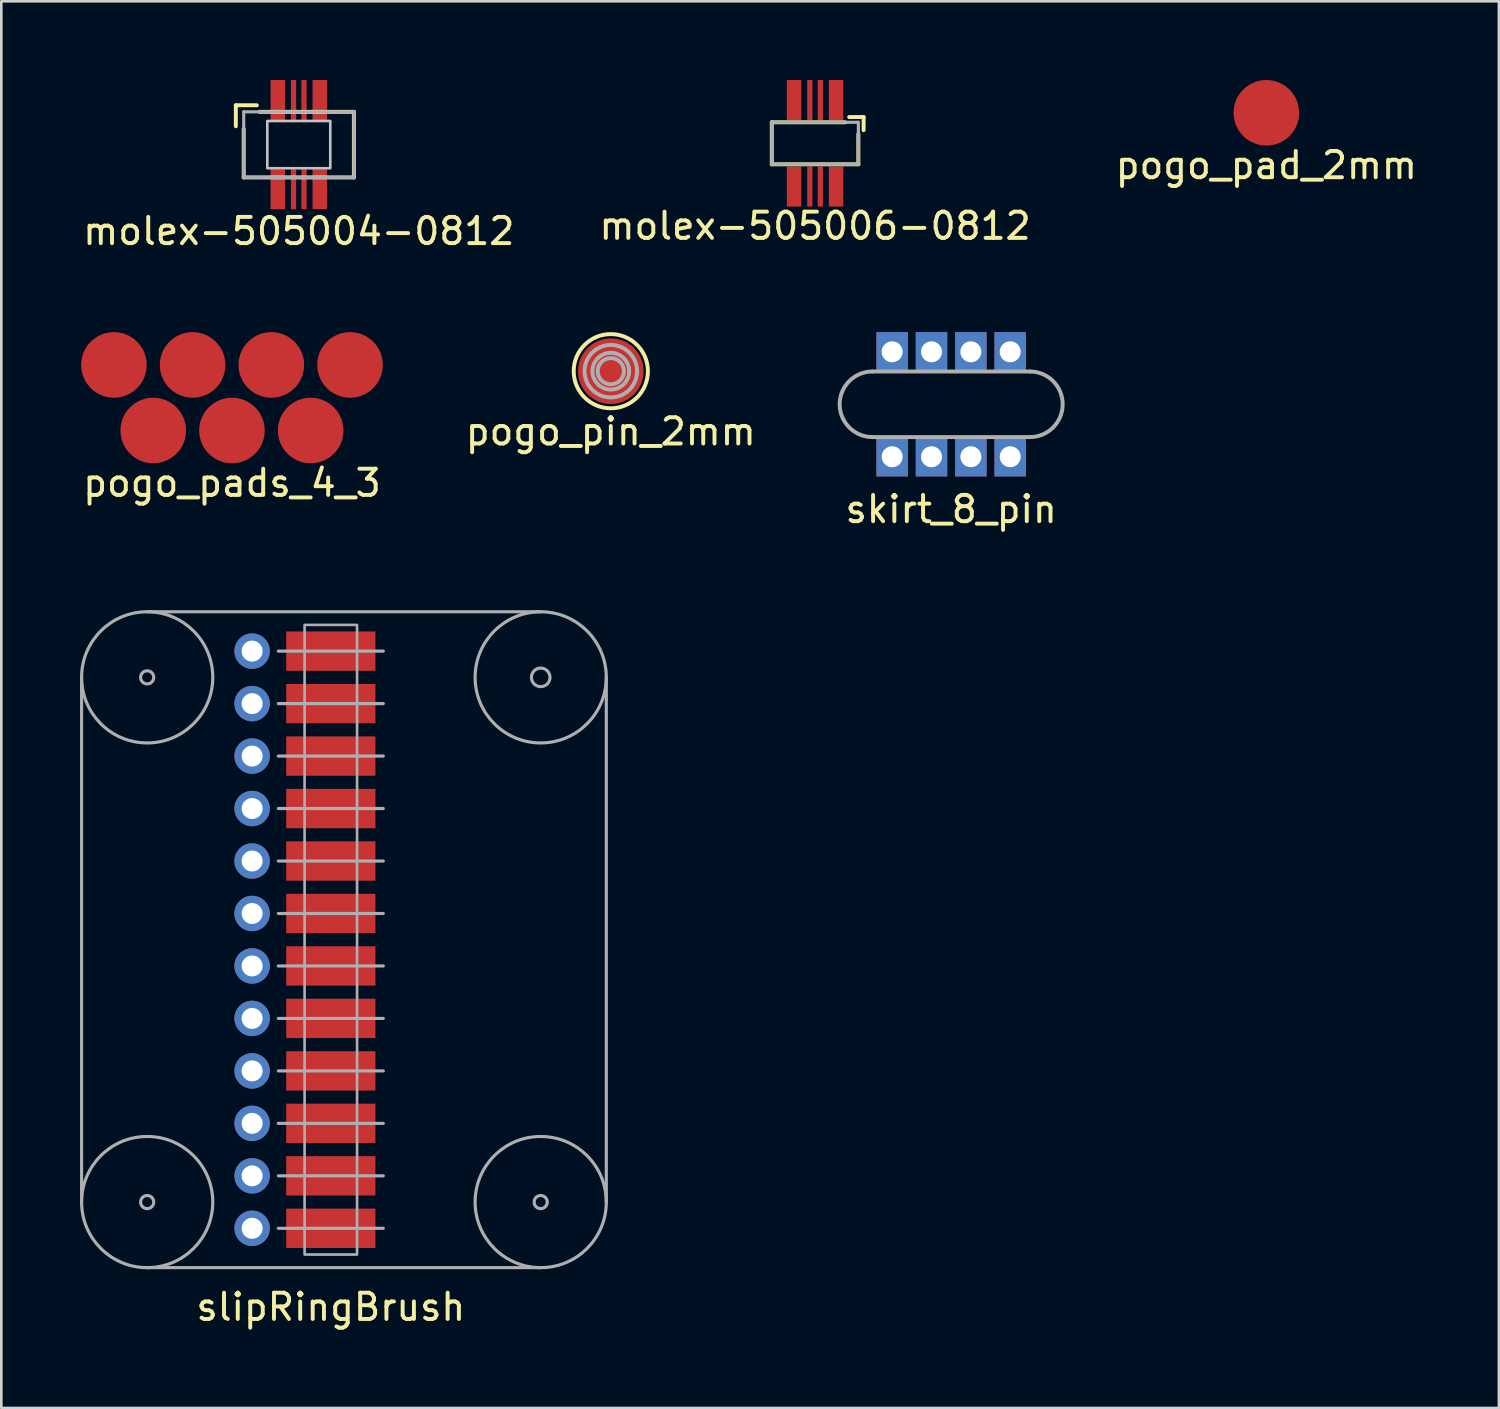
<source format=kicad_pcb>
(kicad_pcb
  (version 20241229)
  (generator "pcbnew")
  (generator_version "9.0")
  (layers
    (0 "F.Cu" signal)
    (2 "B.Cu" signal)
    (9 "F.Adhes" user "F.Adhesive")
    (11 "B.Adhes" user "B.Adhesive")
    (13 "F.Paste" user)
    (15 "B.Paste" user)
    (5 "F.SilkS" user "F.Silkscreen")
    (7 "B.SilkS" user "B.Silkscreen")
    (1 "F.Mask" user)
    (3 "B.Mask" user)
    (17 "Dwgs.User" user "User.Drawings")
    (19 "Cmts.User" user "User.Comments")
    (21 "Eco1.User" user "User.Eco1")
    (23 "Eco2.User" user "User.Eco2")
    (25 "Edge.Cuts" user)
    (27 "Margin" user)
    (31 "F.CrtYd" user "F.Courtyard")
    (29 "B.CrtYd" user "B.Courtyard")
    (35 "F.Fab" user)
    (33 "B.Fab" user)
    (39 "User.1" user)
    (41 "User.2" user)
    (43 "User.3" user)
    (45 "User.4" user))
  (footprint "molex-505004-0812"
    (layer "F.Cu")
    (at 8.339 2.462)
    (property "Reference" "molex-505004-0812" (at 0 3.3 0) (layer "F.SilkS") (effects (font (size 1 1) (thickness 0.15))))
    (attr through_hole)
    (fp_line (start -2.4 -1.5) (end -2.4 -0.7) (stroke (width 0.15) (type solid)) (layer "F.SilkS"))
    (fp_line (start -2.1 -0.6) (end -2.1 1.25) (stroke (width 0.15) (type solid)) (layer "F.SilkS"))
    (fp_line (start -2.1 1.25) (end 2.1 1.25) (stroke (width 0.15) (type solid)) (layer "F.SilkS"))
    (fp_line (start -1.6 -1.5) (end -2.4 -1.5) (stroke (width 0.15) (type solid)) (layer "F.SilkS"))
    (fp_line (start 2.1 -1.25) (end -1.5 -1.25) (stroke (width 0.15) (type solid)) (layer "F.SilkS"))
    (fp_line (start 2.1 1.25) (end 2.1 -1.25) (stroke (width 0.15) (type solid)) (layer "F.SilkS"))
    (fp_poly (pts (xy -1.2 -0.9) (xy 1.2 -0.9) (xy 1.2 0.9) (xy -1.2 0.9)) (stroke (width 0.1) (type solid)) (fill no) (layer "Dwgs.User"))
    (fp_line (start -2.1 -1.25) (end 2.1 -1.25) (stroke (width 0.12) (type solid)) (layer "F.Fab"))
    (fp_line (start -2.1 1.25) (end -2.1 -1.25) (stroke (width 0.12) (type solid)) (layer "F.Fab"))
    (fp_line (start 2.1 -1.25) (end 2.1 1.25) (stroke (width 0.12) (type solid)) (layer "F.Fab"))
    (fp_line (start 2.1 1.25) (end -2.1 1.25) (stroke (width 0.12) (type solid)) (layer "F.Fab"))
    (pad "1" smd rect (at -0.8 -1.7) (size 0.55 1.524) (layers "F.Cu" "F.Mask" "F.Paste"))
    (pad "2" smd rect (at -0.8 1.7) (size 0.55 1.524) (layers "F.Cu" "F.Mask" "F.Paste"))
    (pad "3" smd rect (at -0.2 -1.7) (size 0.2 1.524) (layers "F.Cu" "F.Mask" "F.Paste"))
    (pad "4" smd rect (at -0.2 1.7) (size 0.2 1.524) (layers "F.Cu" "F.Mask" "F.Paste"))
    (pad "5" smd rect (at 0.2 -1.7) (size 0.2 1.524) (layers "F.Cu" "F.Mask" "F.Paste"))
    (pad "6" smd rect (at 0.2 1.7) (size 0.2 1.524) (layers "F.Cu" "F.Mask" "F.Paste"))
    (pad "7" smd rect (at 0.8 -1.7) (size 0.55 1.524) (layers "F.Cu" "F.Mask" "F.Paste"))
    (pad "8" smd rect (at 0.8 1.7) (size 0.55 1.524) (layers "F.Cu" "F.Mask" "F.Paste")))
  (footprint "pogo_pads_4_3"
    (layer "F.Cu")
    (at 5.792 10.86)
    (property "Reference" "pogo_pads_4_3" (at 0 4.5 0) (layer "F.SilkS") (effects (font (size 1 1) (thickness 0.15))))
    (attr exclude_from_pos_files exclude_from_bom)
    (pad "1" smd circle (at -4.5 0) (size 2.5 2.5) (layers "F.Cu" "F.Mask" "F.Paste"))
    (pad "2" smd circle (at -1.5 0) (size 2.5 2.5) (layers "F.Cu" "F.Mask" "F.Paste"))
    (pad "3" smd circle (at 1.5 0) (size 2.5 2.5) (layers "F.Cu" "F.Mask" "F.Paste"))
    (pad "4" smd circle (at 4.5 0) (size 2.5 2.5) (layers "F.Cu" "F.Mask" "F.Paste"))
    (pad "5" smd circle (at -3 2.5) (size 2.5 2.5) (layers "F.Cu" "F.Mask" "F.Paste"))
    (pad "6" smd circle (at 0 2.5) (size 2.5 2.5) (layers "F.Cu" "F.Mask" "F.Paste"))
    (pad "7" smd circle (at 3 2.5) (size 2.5 2.5) (layers "F.Cu" "F.Mask" "F.Paste")))
  (footprint "pogo_pad_2mm"
    (layer "F.Cu")
    (at 45.22 1.25)
    (property "Reference" "pogo_pad_2mm" (at 0 2 0) (layer "F.SilkS") (effects (font (size 1 1) (thickness 0.15))))
    (attr exclude_from_pos_files exclude_from_bom)
    (pad "1" smd circle (at 0 0) (size 2.5 2.5) (layers "F.Cu" "F.Mask" "F.Paste")))
  (footprint "molex-505006-0812"
    (layer "F.Cu")
    (at 28.018 2.412)
    (property "Reference" "molex-505006-0812" (at 0 3.15 0) (layer "F.SilkS") (effects (font (size 1 1) (thickness 0.15))))
    (attr through_hole)
    (fp_line (start -1.65 -0.8) (end -1.65 0.8) (stroke (width 0.15) (type solid)) (layer "F.SilkS"))
    (fp_line (start -1.65 0.8) (end 1.65 0.8) (stroke (width 0.15) (type solid)) (layer "F.SilkS"))
    (fp_line (start 1.15 -0.8) (end -1.65 -0.8) (stroke (width 0.15) (type solid)) (layer "F.SilkS"))
    (fp_line (start 1.3 -1) (end 1.8 -1) (stroke (width 0.15) (type solid)) (layer "F.SilkS"))
    (fp_line (start 1.65 0.8) (end 1.65 -0.35) (stroke (width 0.15) (type solid)) (layer "F.SilkS"))
    (fp_line (start 1.8 -1) (end 1.85 -1) (stroke (width 0.15) (type solid)) (layer "F.SilkS"))
    (fp_line (start 1.85 -1) (end 1.85 -0.5) (stroke (width 0.15) (type solid)) (layer "F.SilkS"))
    (fp_line (start -1.65 -0.8) (end 1.65 -0.8) (stroke (width 0.12) (type solid)) (layer "F.Fab"))
    (fp_line (start -1.65 0.8) (end -1.65 -0.8) (stroke (width 0.12) (type solid)) (layer "F.Fab"))
    (fp_line (start 1.65 -0.8) (end 1.65 0.8) (stroke (width 0.12) (type solid)) (layer "F.Fab"))
    (fp_line (start 1.65 0.8) (end -1.65 0.8) (stroke (width 0.12) (type solid)) (layer "F.Fab"))
    (pad "1" smd rect (at 0.8 -1.65) (size 0.55 1.524) (layers "F.Cu" "F.Mask" "F.Paste"))
    (pad "2" smd rect (at 0.8 1.65) (size 0.55 1.524) (layers "F.Cu" "F.Mask" "F.Paste"))
    (pad "3" smd rect (at 0.2 -1.65) (size 0.2 1.524) (layers "F.Cu" "F.Mask" "F.Paste"))
    (pad "4" smd rect (at 0.2 1.65) (size 0.2 1.524) (layers "F.Cu" "F.Mask" "F.Paste"))
    (pad "5" smd rect (at -0.2 -1.65) (size 0.2 1.524) (layers "F.Cu" "F.Mask" "F.Paste"))
    (pad "6" smd rect (at -0.2 1.65) (size 0.2 1.524) (layers "F.Cu" "F.Mask" "F.Paste"))
    (pad "7" smd rect (at -0.8 -1.65) (size 0.55 1.524) (layers "F.Cu" "F.Mask" "F.Paste"))
    (pad "8" smd rect (at -0.8 1.65) (size 0.55 1.524) (layers "F.Cu" "F.Mask" "F.Paste")))
  (footprint "slipRingBrush"
    (layer "F.Cu")
    (at 9.56 32.769)
    (property "Reference" "slipRingBrush" (at 0 14 0) (layer "F.SilkS") (effects (font (size 1 1) (thickness 0.15))))
    (attr through_hole)
    (fp_line (start -9.5 -10) (end -9.5 10) (stroke (width 0.12) (type solid)) (layer "F.Fab"))
    (fp_line (start -7 12.5) (end 8 12.5) (stroke (width 0.12) (type solid)) (layer "F.Fab"))
    (fp_line (start -2 -11) (end 2 -11) (stroke (width 0.12) (type solid)) (layer "F.Fab"))
    (fp_line (start -2 -9) (end 2 -9) (stroke (width 0.12) (type solid)) (layer "F.Fab"))
    (fp_line (start -2 -7) (end 2 -7) (stroke (width 0.12) (type solid)) (layer "F.Fab"))
    (fp_line (start -2 -5) (end 2 -5) (stroke (width 0.12) (type solid)) (layer "F.Fab"))
    (fp_line (start -2 -3) (end 2 -3) (stroke (width 0.12) (type solid)) (layer "F.Fab"))
    (fp_line (start -2 -1) (end 2 -1) (stroke (width 0.12) (type solid)) (layer "F.Fab"))
    (fp_line (start -2 1) (end 2 1) (stroke (width 0.12) (type solid)) (layer "F.Fab"))
    (fp_line (start -2 3) (end 2 3) (stroke (width 0.12) (type solid)) (layer "F.Fab"))
    (fp_line (start -2 5) (end 2 5) (stroke (width 0.12) (type solid)) (layer "F.Fab"))
    (fp_line (start -2 7) (end 2 7) (stroke (width 0.12) (type solid)) (layer "F.Fab"))
    (fp_line (start -2 9) (end 2 9) (stroke (width 0.12) (type solid)) (layer "F.Fab"))
    (fp_line (start -2 11) (end 2 11) (stroke (width 0.12) (type solid)) (layer "F.Fab"))
    (fp_line (start 8 -12.5) (end -7 -12.5) (stroke (width 0.12) (type solid)) (layer "F.Fab"))
    (fp_line (start 10.5 10) (end 10.5 -10) (stroke (width 0.12) (type solid)) (layer "F.Fab"))
    (fp_circle (center -7 -10) (end -7 -10.25) (stroke (width 0.12) (type solid)) (fill no) (layer "F.Fab"))
    (fp_circle (center -7 -10) (end -7 -7.5) (stroke (width 0.12) (type solid)) (fill no) (layer "F.Fab"))
    (fp_circle (center -7 10) (end -7 9.75) (stroke (width 0.12) (type solid)) (fill no) (layer "F.Fab"))
    (fp_circle (center -7 10) (end -7 12.5) (stroke (width 0.12) (type solid)) (fill no) (layer "F.Fab"))
    (fp_circle (center 8 -10) (end 8 -7.5) (stroke (width 0.12) (type solid)) (fill no) (layer "F.Fab"))
    (fp_circle (center 8 -10) (end 8.25 -10.25) (stroke (width 0.12) (type solid)) (fill no) (layer "F.Fab"))
    (fp_circle (center 8 10) (end 8 9.75) (stroke (width 0.12) (type solid)) (fill no) (layer "F.Fab"))
    (fp_circle (center 8 10) (end 8 12.5) (stroke (width 0.12) (type solid)) (fill no) (layer "F.Fab"))
    (fp_poly (pts (xy -1 -12) (xy 1 -12) (xy 1 12) (xy -1 12)) (stroke (width 0.1) (type solid)) (fill no) (layer "F.Fab"))
    (pad "1" thru_hole circle (at -3 -11) (size 1.35 1.35) (drill 0.8) (layers "*.Cu" "*.Mask"))
    (pad "1" smd rect (at 0 -11) (size 3.4 1.5) (layers "F.Cu" "F.Mask" "F.Paste"))
    (pad "2" thru_hole circle (at -3 -9) (size 1.35 1.35) (drill 0.8) (layers "*.Cu" "*.Mask"))
    (pad "2" smd rect (at 0 -9) (size 3.4 1.5) (layers "F.Cu" "F.Mask" "F.Paste"))
    (pad "3" thru_hole circle (at -3 -7) (size 1.35 1.35) (drill 0.8) (layers "*.Cu" "*.Mask"))
    (pad "3" smd rect (at 0 -7) (size 3.4 1.5) (layers "F.Cu" "F.Mask" "F.Paste"))
    (pad "4" thru_hole circle (at -3 -5) (size 1.35 1.35) (drill 0.8) (layers "*.Cu" "*.Mask"))
    (pad "4" smd rect (at 0 -5) (size 3.4 1.5) (layers "F.Cu" "F.Mask" "F.Paste"))
    (pad "5" thru_hole circle (at -3 -3) (size 1.35 1.35) (drill 0.8) (layers "*.Cu" "*.Mask"))
    (pad "5" smd rect (at 0 -3) (size 3.4 1.5) (layers "F.Cu" "F.Mask" "F.Paste"))
    (pad "6" thru_hole circle (at -3 -1) (size 1.35 1.35) (drill 0.8) (layers "*.Cu" "*.Mask"))
    (pad "6" smd rect (at 0 -1) (size 3.4 1.5) (layers "F.Cu" "F.Mask" "F.Paste"))
    (pad "7" thru_hole circle (at -3 1) (size 1.35 1.35) (drill 0.8) (layers "*.Cu" "*.Mask"))
    (pad "7" smd rect (at 0 1) (size 3.4 1.5) (layers "F.Cu" "F.Mask" "F.Paste"))
    (pad "8" thru_hole circle (at -3 3) (size 1.35 1.35) (drill 0.8) (layers "*.Cu" "*.Mask"))
    (pad "8" smd rect (at 0 3) (size 3.4 1.5) (layers "F.Cu" "F.Mask" "F.Paste"))
    (pad "9" thru_hole circle (at -3 5) (size 1.35 1.35) (drill 0.8) (layers "*.Cu" "*.Mask"))
    (pad "9" smd rect (at 0 5) (size 3.4 1.5) (layers "F.Cu" "F.Mask" "F.Paste"))
    (pad "10" thru_hole circle (at -3 7) (size 1.35 1.35) (drill 0.8) (layers "*.Cu" "*.Mask"))
    (pad "10" smd rect (at 0 7) (size 3.4 1.5) (layers "F.Cu" "F.Mask" "F.Paste"))
    (pad "11" thru_hole circle (at -3 9) (size 1.35 1.35) (drill 0.8) (layers "*.Cu" "*.Mask"))
    (pad "11" smd rect (at 0 9) (size 3.4 1.5) (layers "F.Cu" "F.Mask" "F.Paste"))
    (pad "12" thru_hole circle (at -3 11) (size 1.35 1.35) (drill 0.8) (layers "*.Cu" "*.Mask"))
    (pad "12" smd rect (at 0 11) (size 3.4 1.5) (layers "F.Cu" "F.Mask" "F.Paste")))
  (footprint "pogo_pin_2mm"
    (layer "F.Cu")
    (at 20.232 11.099)
    (property "Reference" "pogo_pin_2mm" (at 0 2.3 0) (layer "F.SilkS") (effects (font (size 1 1) (thickness 0.15))))
    (attr exclude_from_pos_files exclude_from_bom)
    (fp_circle (center 0 0) (end 0.2 -1.4) (stroke (width 0.15) (type solid)) (fill no) (layer "F.SilkS"))
    (fp_circle (center 0 0) (end 0.5 0) (stroke (width 0.15) (type solid)) (fill no) (layer "F.Fab"))
    (fp_circle (center 0 0) (end 0.7 0) (stroke (width 0.15) (type solid)) (fill no) (layer "F.Fab"))
    (fp_circle (center 0 0) (end 1 0) (stroke (width 0.15) (type solid)) (fill no) (layer "F.Fab"))
    (pad "1" smd circle (at 0 0) (size 2.5 2.5) (layers "F.Cu" "F.Mask" "F.Paste")))
  (footprint "skirt_8_pin"
    (layer "F.Cu")
    (at 33.206 12.36)
    (property "Reference" "skirt_8_pin" (at 0 4 0) (layer "F.SilkS") (effects (font (size 1 1) (thickness 0.15))))
    (attr exclude_from_pos_files exclude_from_bom)
    (fp_line (start -3 1.25) (end 3 1.25) (stroke (width 0.15) (type solid)) (layer "F.Fab"))
    (fp_line (start 3 -1.25) (end -3 -1.25) (stroke (width 0.15) (type solid)) (layer "F.Fab"))
    (fp_arc (start -3 1.25) (mid -4.25 0) (end -3 -1.25) (stroke (width 0.15) (type solid)) (layer "F.Fab"))
    (fp_arc (start 3 -1.25) (mid 4.25 0) (end 3 1.25) (stroke (width 0.15) (type solid)) (layer "F.Fab"))
    (pad "1" thru_hole rect (at -2.25 -2) (size 1.2 1.5) (drill 0.8) (layers "*.Cu" "*.Mask"))
    (pad "2" thru_hole rect (at -0.75 -2) (size 1.2 1.5) (drill 0.8) (layers "*.Cu" "*.Mask"))
    (pad "3" thru_hole rect (at 0.75 -2) (size 1.2 1.5) (drill 0.8) (layers "*.Cu" "*.Mask"))
    (pad "4" thru_hole rect (at 2.25 -2) (size 1.2 1.5) (drill 0.8) (layers "*.Cu" "*.Mask"))
    (pad "5" thru_hole rect (at 2.25 2) (size 1.2 1.5) (drill 0.8) (layers "*.Cu" "*.Mask"))
    (pad "6" thru_hole rect (at 0.75 2) (size 1.2 1.5) (drill 0.8) (layers "*.Cu" "*.Mask"))
    (pad "7" thru_hole rect (at -0.75 2) (size 1.2 1.5) (drill 0.8) (layers "*.Cu" "*.Mask"))
    (pad "8" thru_hole rect (at -2.25 2) (size 1.2 1.5) (drill 0.8) (layers "*.Cu" "*.Mask")))
  (gr_rect
    (start -3 -3)
    (end 54.083 50.617)
    (stroke (width 0.1) (type default))
    (fill no)
    (layer "Edge.Cuts")))
</source>
